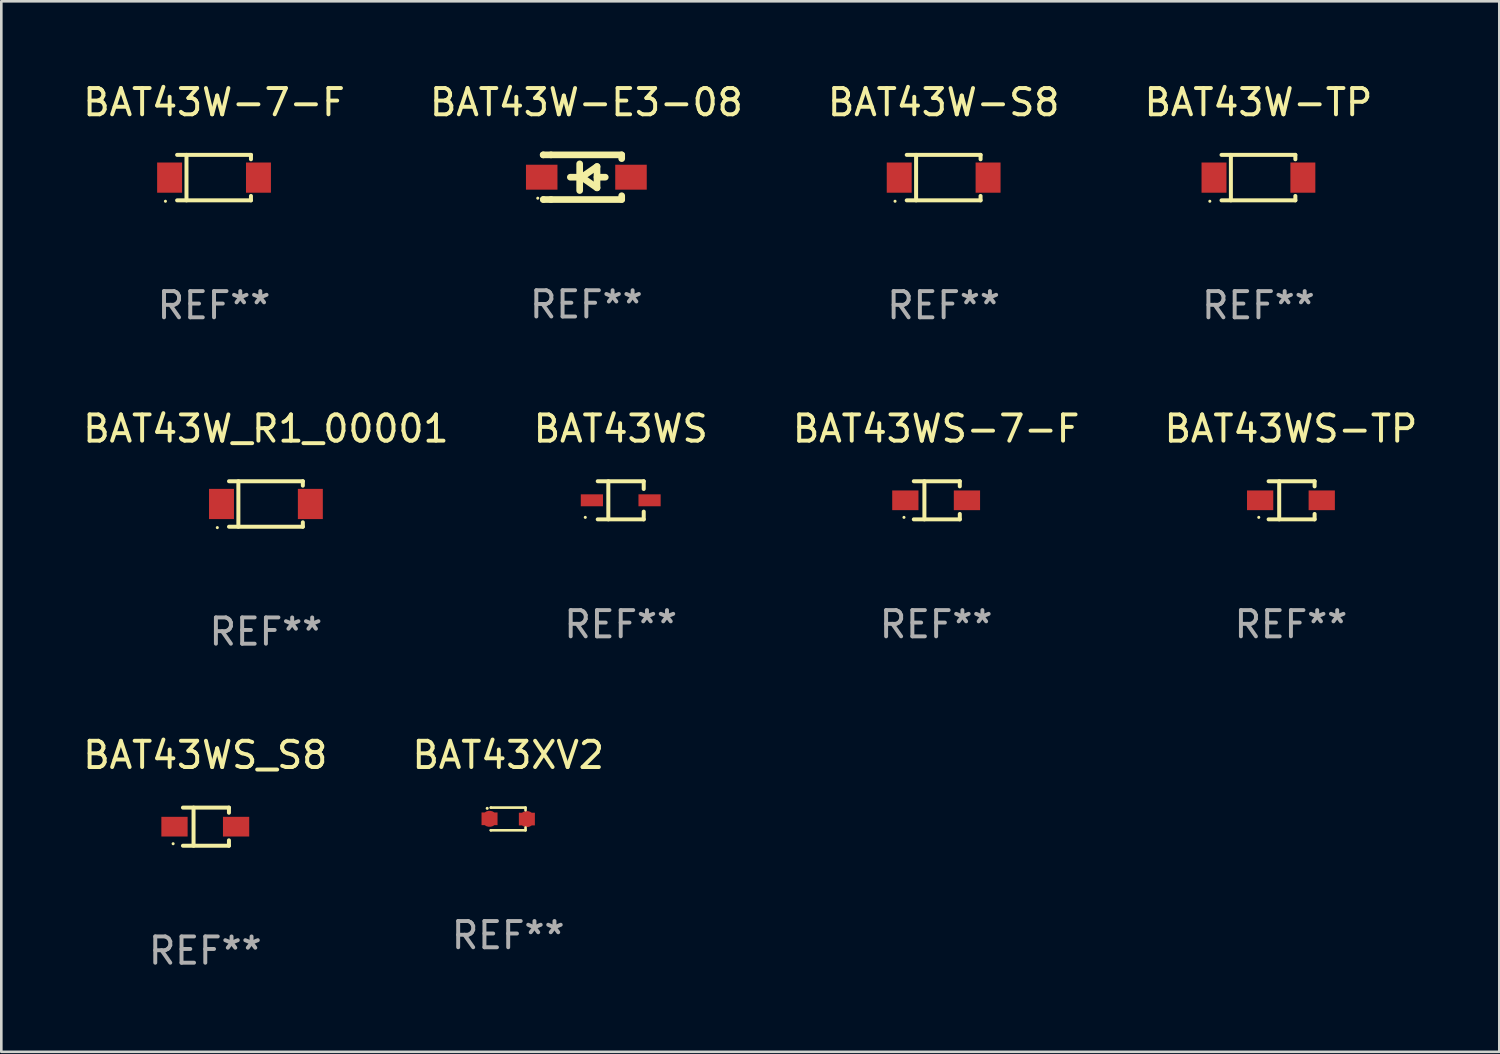
<source format=kicad_pcb>
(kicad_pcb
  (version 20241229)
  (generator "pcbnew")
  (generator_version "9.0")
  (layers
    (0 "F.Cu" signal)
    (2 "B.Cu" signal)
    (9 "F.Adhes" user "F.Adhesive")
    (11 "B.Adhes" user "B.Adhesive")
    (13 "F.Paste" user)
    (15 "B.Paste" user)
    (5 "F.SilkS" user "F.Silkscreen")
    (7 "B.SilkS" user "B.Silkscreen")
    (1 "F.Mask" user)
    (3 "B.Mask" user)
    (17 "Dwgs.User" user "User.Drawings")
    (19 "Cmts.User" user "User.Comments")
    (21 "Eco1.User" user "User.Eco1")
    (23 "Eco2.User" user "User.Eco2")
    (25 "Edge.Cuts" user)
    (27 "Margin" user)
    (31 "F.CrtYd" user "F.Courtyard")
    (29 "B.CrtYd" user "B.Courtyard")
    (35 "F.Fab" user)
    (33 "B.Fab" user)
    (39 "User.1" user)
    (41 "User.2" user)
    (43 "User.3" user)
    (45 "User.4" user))
  (footprint "BAT43XV2"
    (layer "F.Cu")
    (at 16.304 28.138)
    (property "Reference" "BAT43XV2" (at 0 -2.432 0) (layer "F.SilkS") (effects (font (size 1 1) (thickness 0.15))))
    (attr through_hole)
    (fp_line (start -0.661 0.432) (end -0.661 0.432) (stroke (width 0.1) (type solid)) (layer "F.SilkS"))
    (fp_line (start -0.661 -0.432) (end -0.661 -0.432) (stroke (width 0.1) (type solid)) (layer "F.SilkS"))
    (fp_line (start -0.661 -0.432) (end 0.66 -0.432) (stroke (width 0.1) (type solid)) (layer "F.SilkS"))
    (fp_line (start 0.66 0.326) (end 0.66 0.432) (stroke (width 0.1) (type solid)) (layer "F.SilkS"))
    (fp_line (start 0.66 0.432) (end -0.661 0.432) (stroke (width 0.1) (type solid)) (layer "F.SilkS"))
    (fp_line (start 0.66 -0.432) (end 0.66 -0.33) (stroke (width 0.1) (type solid)) (layer "F.SilkS"))
    (fp_circle (center -0.8 -0.404) (end -0.77 -0.404) (stroke (width 0.06) (type solid)) (fill no) (layer "F.SilkS"))
    (fp_text user "REF**" (at 0 4.432 0) (layer "F.Fab") (effects (font (size 1 1) (thickness 0.15))))
    (pad "1" smd custom (at -0.711 -0.005) (size 0.61 0.483) (layers "F.Cu" "F.Mask" "F.Paste") (options (anchor circle)) (primitives (gr_poly (pts (xy -0.305 -0.241) (xy 0.305 -0.241) (xy 0.305 0.241) (xy -0.305 0.241)) (width 0) (fill yes))))
    (pad "2" smd custom (at 0.711 0.005) (size 0.61 0.483) (layers "F.Cu" "F.Mask" "F.Paste") (options (anchor circle)) (primitives (gr_poly (pts (xy -0.305 -0.241) (xy 0.305 -0.241) (xy 0.305 0.241) (xy -0.305 0.241)) (width 0) (fill yes)))))
  (footprint "BAT43WS-TP"
    (layer "F.Cu")
    (at 46.113 16.003)
    (property "Reference" "BAT43WS-TP" (at 0 -2.726 0) (layer "F.SilkS") (effects (font (size 1 1) (thickness 0.15))))
    (attr through_hole)
    (fp_line (start -0.851 -0.726) (end 0.901 -0.726) (stroke (width 0.152) (type solid)) (layer "F.SilkS"))
    (fp_line (start -0.851 0.726) (end 0.901 0.726) (stroke (width 0.152) (type solid)) (layer "F.SilkS"))
    (fp_line (start -0.447 -0.726) (end -0.447 0.726) (stroke (width 0.152) (type solid)) (layer "F.SilkS"))
    (fp_line (start 0.901 -0.726) (end 0.901 -0.53) (stroke (width 0.152) (type solid)) (layer "F.SilkS"))
    (fp_line (start 0.901 0.726) (end 0.901 0.52) (stroke (width 0.152) (type solid)) (layer "F.SilkS"))
    (fp_circle (center -1.225 0.65) (end -1.195 0.65) (stroke (width 0.06) (type solid)) (fill no) (layer "F.SilkS"))
    (fp_text user "REF**" (at 0 4.726 0) (layer "F.Fab") (effects (font (size 1 1) (thickness 0.15))))
    (pad "1" smd rect (at -1.173 0) (size 1 0.75) (layers "F.Cu" "F.Mask" "F.Paste"))
    (pad "2" smd rect (at 1.173 0) (size 1 0.75) (layers "F.Cu" "F.Mask" "F.Paste")))
  (footprint "BAT43W-TP"
    (layer "F.Cu")
    (at 44.875 3.714)
    (property "Reference" "BAT43W-TP" (at 0 -2.866 0) (layer "F.SilkS") (effects (font (size 1 1) (thickness 0.15))))
    (attr through_hole)
    (fp_line (start -1.406 -0.866) (end 1.406 -0.866) (stroke (width 0.152) (type solid)) (layer "F.SilkS"))
    (fp_line (start -1.406 0.866) (end 1.406 0.866) (stroke (width 0.152) (type solid)) (layer "F.SilkS"))
    (fp_line (start -1.049 -0.866) (end -1.049 0.866) (stroke (width 0.152) (type solid)) (layer "F.SilkS"))
    (fp_line (start 1.406 -0.866) (end 1.406 -0.698) (stroke (width 0.152) (type solid)) (layer "F.SilkS"))
    (fp_line (start 1.406 0.866) (end 1.406 0.698) (stroke (width 0.152) (type solid)) (layer "F.SilkS"))
    (fp_circle (center -1.851 0.9) (end -1.821 0.9) (stroke (width 0.06) (type solid)) (fill no) (layer "F.SilkS"))
    (fp_text user "REF**" (at 0 4.866 0) (layer "F.Fab") (effects (font (size 1 1) (thickness 0.15))))
    (pad "1" smd rect (at -1.692 0) (size 0.95 1.15) (layers "F.Cu" "F.Mask" "F.Paste"))
    (pad "2" smd rect (at 1.692 0) (size 0.95 1.15) (layers "F.Cu" "F.Mask" "F.Paste")))
  (footprint "BAT43W-S8"
    (layer "F.Cu")
    (at 32.887 3.714)
    (property "Reference" "BAT43W-S8" (at 0 -2.866 0) (layer "F.SilkS") (effects (font (size 1 1) (thickness 0.15))))
    (attr through_hole)
    (fp_line (start -1.406 -0.866) (end 1.406 -0.866) (stroke (width 0.152) (type solid)) (layer "F.SilkS"))
    (fp_line (start -1.406 0.866) (end 1.406 0.866) (stroke (width 0.152) (type solid)) (layer "F.SilkS"))
    (fp_line (start -1.049 -0.866) (end -1.049 0.866) (stroke (width 0.152) (type solid)) (layer "F.SilkS"))
    (fp_line (start 1.406 -0.866) (end 1.406 -0.698) (stroke (width 0.152) (type solid)) (layer "F.SilkS"))
    (fp_line (start 1.406 0.866) (end 1.406 0.698) (stroke (width 0.152) (type solid)) (layer "F.SilkS"))
    (fp_circle (center -1.851 0.9) (end -1.821 0.9) (stroke (width 0.06) (type solid)) (fill no) (layer "F.SilkS"))
    (fp_text user "REF**" (at 0 4.866 0) (layer "F.Fab") (effects (font (size 1 1) (thickness 0.15))))
    (pad "1" smd rect (at -1.692 0) (size 0.95 1.15) (layers "F.Cu" "F.Mask" "F.Paste"))
    (pad "2" smd rect (at 1.692 0) (size 0.95 1.15) (layers "F.Cu" "F.Mask" "F.Paste")))
  (footprint "BAT43WS"
    (layer "F.Cu")
    (at 20.589 16.003)
    (property "Reference" "BAT43WS" (at 0 -2.726 0) (layer "F.SilkS") (effects (font (size 1 1) (thickness 0.15))))
    (attr through_hole)
    (fp_line (start -0.876 -0.726) (end 0.876 -0.726) (stroke (width 0.152) (type solid)) (layer "F.SilkS"))
    (fp_line (start -0.876 0.726) (end 0.876 0.726) (stroke (width 0.152) (type solid)) (layer "F.SilkS"))
    (fp_line (start -0.472 -0.726) (end -0.472 0.726) (stroke (width 0.152) (type solid)) (layer "F.SilkS"))
    (fp_line (start 0.876 -0.726) (end 0.876 -0.431) (stroke (width 0.152) (type solid)) (layer "F.SilkS"))
    (fp_line (start 0.876 0.726) (end 0.876 0.431) (stroke (width 0.152) (type solid)) (layer "F.SilkS"))
    (fp_circle (center -1.35 0.65) (end -1.32 0.65) (stroke (width 0.06) (type solid)) (fill no) (layer "F.SilkS"))
    (fp_text user "REF**" (at 0 4.726 0) (layer "F.Fab") (effects (font (size 1 1) (thickness 0.15))))
    (pad "1" smd rect (at -1.098 0 180) (size 0.845 0.455) (layers "F.Cu" "F.Mask" "F.Paste"))
    (pad "2" smd rect (at 1.098 0 180) (size 0.845 0.455) (layers "F.Cu" "F.Mask" "F.Paste")))
  (footprint "BAT43WS-7-F"
    (layer "F.Cu")
    (at 32.601 16.003)
    (property "Reference" "BAT43WS-7-F" (at 0 -2.726 0) (layer "F.SilkS") (effects (font (size 1 1) (thickness 0.15))))
    (attr through_hole)
    (fp_line (start -0.851 -0.726) (end 0.901 -0.726) (stroke (width 0.152) (type solid)) (layer "F.SilkS"))
    (fp_line (start -0.851 0.726) (end 0.901 0.726) (stroke (width 0.152) (type solid)) (layer "F.SilkS"))
    (fp_line (start -0.447 -0.726) (end -0.447 0.726) (stroke (width 0.152) (type solid)) (layer "F.SilkS"))
    (fp_line (start 0.901 -0.726) (end 0.901 -0.53) (stroke (width 0.152) (type solid)) (layer "F.SilkS"))
    (fp_line (start 0.901 0.726) (end 0.901 0.52) (stroke (width 0.152) (type solid)) (layer "F.SilkS"))
    (fp_circle (center -1.225 0.65) (end -1.195 0.65) (stroke (width 0.06) (type solid)) (fill no) (layer "F.SilkS"))
    (fp_text user "REF**" (at 0 4.726 0) (layer "F.Fab") (effects (font (size 1 1) (thickness 0.15))))
    (pad "1" smd rect (at -1.173 0) (size 1 0.75) (layers "F.Cu" "F.Mask" "F.Paste"))
    (pad "2" smd rect (at 1.173 0) (size 1 0.75) (layers "F.Cu" "F.Mask" "F.Paste")))
  (footprint "BAT43W_R1_00001"
    (layer "F.Cu")
    (at 7.077 16.143)
    (property "Reference" "BAT43W_R1_00001" (at 0 -2.866 0) (layer "F.SilkS") (effects (font (size 1 1) (thickness 0.15))))
    (attr through_hole)
    (fp_line (start -1.406 -0.866) (end 1.406 -0.866) (stroke (width 0.152) (type solid)) (layer "F.SilkS"))
    (fp_line (start -1.406 0.866) (end 1.406 0.866) (stroke (width 0.152) (type solid)) (layer "F.SilkS"))
    (fp_line (start -1.049 -0.866) (end -1.049 0.866) (stroke (width 0.152) (type solid)) (layer "F.SilkS"))
    (fp_line (start 1.406 -0.866) (end 1.406 -0.698) (stroke (width 0.152) (type solid)) (layer "F.SilkS"))
    (fp_line (start 1.406 0.866) (end 1.406 0.698) (stroke (width 0.152) (type solid)) (layer "F.SilkS"))
    (fp_circle (center -1.851 0.9) (end -1.821 0.9) (stroke (width 0.06) (type solid)) (fill no) (layer "F.SilkS"))
    (fp_text user "REF**" (at 0 4.866 0) (layer "F.Fab") (effects (font (size 1 1) (thickness 0.15))))
    (pad "1" smd rect (at -1.692 0) (size 0.95 1.15) (layers "F.Cu" "F.Mask" "F.Paste"))
    (pad "2" smd rect (at 1.692 0) (size 0.95 1.15) (layers "F.Cu" "F.Mask" "F.Paste")))
  (footprint "BAT43W-7-F"
    (layer "F.Cu")
    (at 5.101 3.714)
    (property "Reference" "BAT43W-7-F" (at 0 -2.866 0) (layer "F.SilkS") (effects (font (size 1 1) (thickness 0.15))))
    (attr through_hole)
    (fp_line (start -1.406 -0.866) (end 1.406 -0.866) (stroke (width 0.152) (type solid)) (layer "F.SilkS"))
    (fp_line (start -1.406 0.866) (end 1.406 0.866) (stroke (width 0.152) (type solid)) (layer "F.SilkS"))
    (fp_line (start -1.049 -0.866) (end -1.049 0.866) (stroke (width 0.152) (type solid)) (layer "F.SilkS"))
    (fp_line (start 1.406 -0.866) (end 1.406 -0.698) (stroke (width 0.152) (type solid)) (layer "F.SilkS"))
    (fp_line (start 1.406 0.866) (end 1.406 0.698) (stroke (width 0.152) (type solid)) (layer "F.SilkS"))
    (fp_circle (center -1.851 0.9) (end -1.821 0.9) (stroke (width 0.06) (type solid)) (fill no) (layer "F.SilkS"))
    (fp_text user "REF**" (at 0 4.866 0) (layer "F.Fab") (effects (font (size 1 1) (thickness 0.15))))
    (pad "1" smd rect (at -1.692 0) (size 0.95 1.15) (layers "F.Cu" "F.Mask" "F.Paste"))
    (pad "2" smd rect (at 1.692 0) (size 0.95 1.15) (layers "F.Cu" "F.Mask" "F.Paste")))
  (footprint "BAT43WS_S8"
    (layer "F.Cu")
    (at 4.768 28.432)
    (property "Reference" "BAT43WS_S8" (at 0 -2.726 0) (layer "F.SilkS") (effects (font (size 1 1) (thickness 0.15))))
    (attr through_hole)
    (fp_line (start -0.851 -0.726) (end 0.901 -0.726) (stroke (width 0.152) (type solid)) (layer "F.SilkS"))
    (fp_line (start -0.851 0.726) (end 0.901 0.726) (stroke (width 0.152) (type solid)) (layer "F.SilkS"))
    (fp_line (start -0.447 -0.726) (end -0.447 0.726) (stroke (width 0.152) (type solid)) (layer "F.SilkS"))
    (fp_line (start 0.901 -0.726) (end 0.901 -0.53) (stroke (width 0.152) (type solid)) (layer "F.SilkS"))
    (fp_line (start 0.901 0.726) (end 0.901 0.52) (stroke (width 0.152) (type solid)) (layer "F.SilkS"))
    (fp_circle (center -1.225 0.65) (end -1.195 0.65) (stroke (width 0.06) (type solid)) (fill no) (layer "F.SilkS"))
    (fp_text user "REF**" (at 0 4.726 0) (layer "F.Fab") (effects (font (size 1 1) (thickness 0.15))))
    (pad "1" smd rect (at -1.173 0) (size 1 0.75) (layers "F.Cu" "F.Mask" "F.Paste"))
    (pad "2" smd rect (at 1.173 0) (size 1 0.75) (layers "F.Cu" "F.Mask" "F.Paste")))
  (footprint "BAT43W-E3-08"
    (layer "F.Cu")
    (at 19.28 3.698)
    (property "Reference" "BAT43W-E3-08" (at 0 -2.85 0) (layer "F.SilkS") (effects (font (size 1 1) (thickness 0.15))))
    (attr through_hole)
    (fp_line (start -1.643 -0.85) (end -1.644 -0.849) (stroke (width 0.254) (type solid)) (layer "F.SilkS"))
    (fp_line (start -1.638 0.85) (end -1.639 0.849) (stroke (width 0.254) (type solid)) (layer "F.SilkS"))
    (fp_line (start -1.346 -0.85) (end -1.643 -0.85) (stroke (width 0.254) (type solid)) (layer "F.SilkS"))
    (fp_line (start -1.346 -0.85) (end 1.346 -0.85) (stroke (width 0.254) (type solid)) (layer "F.SilkS"))
    (fp_line (start -1.346 0.85) (end -1.638 0.85) (stroke (width 0.254) (type solid)) (layer "F.SilkS"))
    (fp_line (start -0.28 0) (end -0.61 0) (stroke (width 0.254) (type solid)) (layer "F.SilkS"))
    (fp_line (start -0.254 -0.508) (end -0.254 0.508) (stroke (width 0.254) (type solid)) (layer "F.SilkS"))
    (fp_line (start -0.178 0) (end 0.406 -0.406) (stroke (width 0.254) (type solid)) (layer "F.SilkS"))
    (fp_line (start 0.406 -0.406) (end 0.406 0.406) (stroke (width 0.254) (type solid)) (layer "F.SilkS"))
    (fp_line (start 0.406 -0.000254) (end 0.72 -0.000254) (stroke (width 0.254) (type solid)) (layer "F.SilkS"))
    (fp_line (start 0.406 0.406) (end -0.178 0) (stroke (width 0.254) (type solid)) (layer "F.SilkS"))
    (fp_line (start 1.346 -0.85) (end 1.346 -0.706) (stroke (width 0.254) (type solid)) (layer "F.SilkS"))
    (fp_line (start 1.346 0.706) (end 1.346 0.85) (stroke (width 0.254) (type solid)) (layer "F.SilkS"))
    (fp_line (start 1.346 0.85) (end -1.346 0.85) (stroke (width 0.254) (type solid)) (layer "F.SilkS"))
    (fp_circle (center -1.85 0.8) (end -1.82 0.8) (stroke (width 0.06) (type solid)) (fill no) (layer "F.SilkS"))
    (fp_text user "REF**" (at 0 4.85 0) (layer "F.Fab") (effects (font (size 1 1) (thickness 0.15))))
    (pad "1" smd rect (at -1.7 0) (size 1.2 0.95) (layers "F.Cu" "F.Mask" "F.Paste"))
    (pad "2" smd rect (at 1.7 0) (size 1.2 0.95) (layers "F.Cu" "F.Mask" "F.Paste")))
  (gr_rect
    (start -3 -3)
    (end 54.048 37.007)
    (stroke (width 0.1) (type default))
    (fill no)
    (layer "Edge.Cuts")))
</source>
